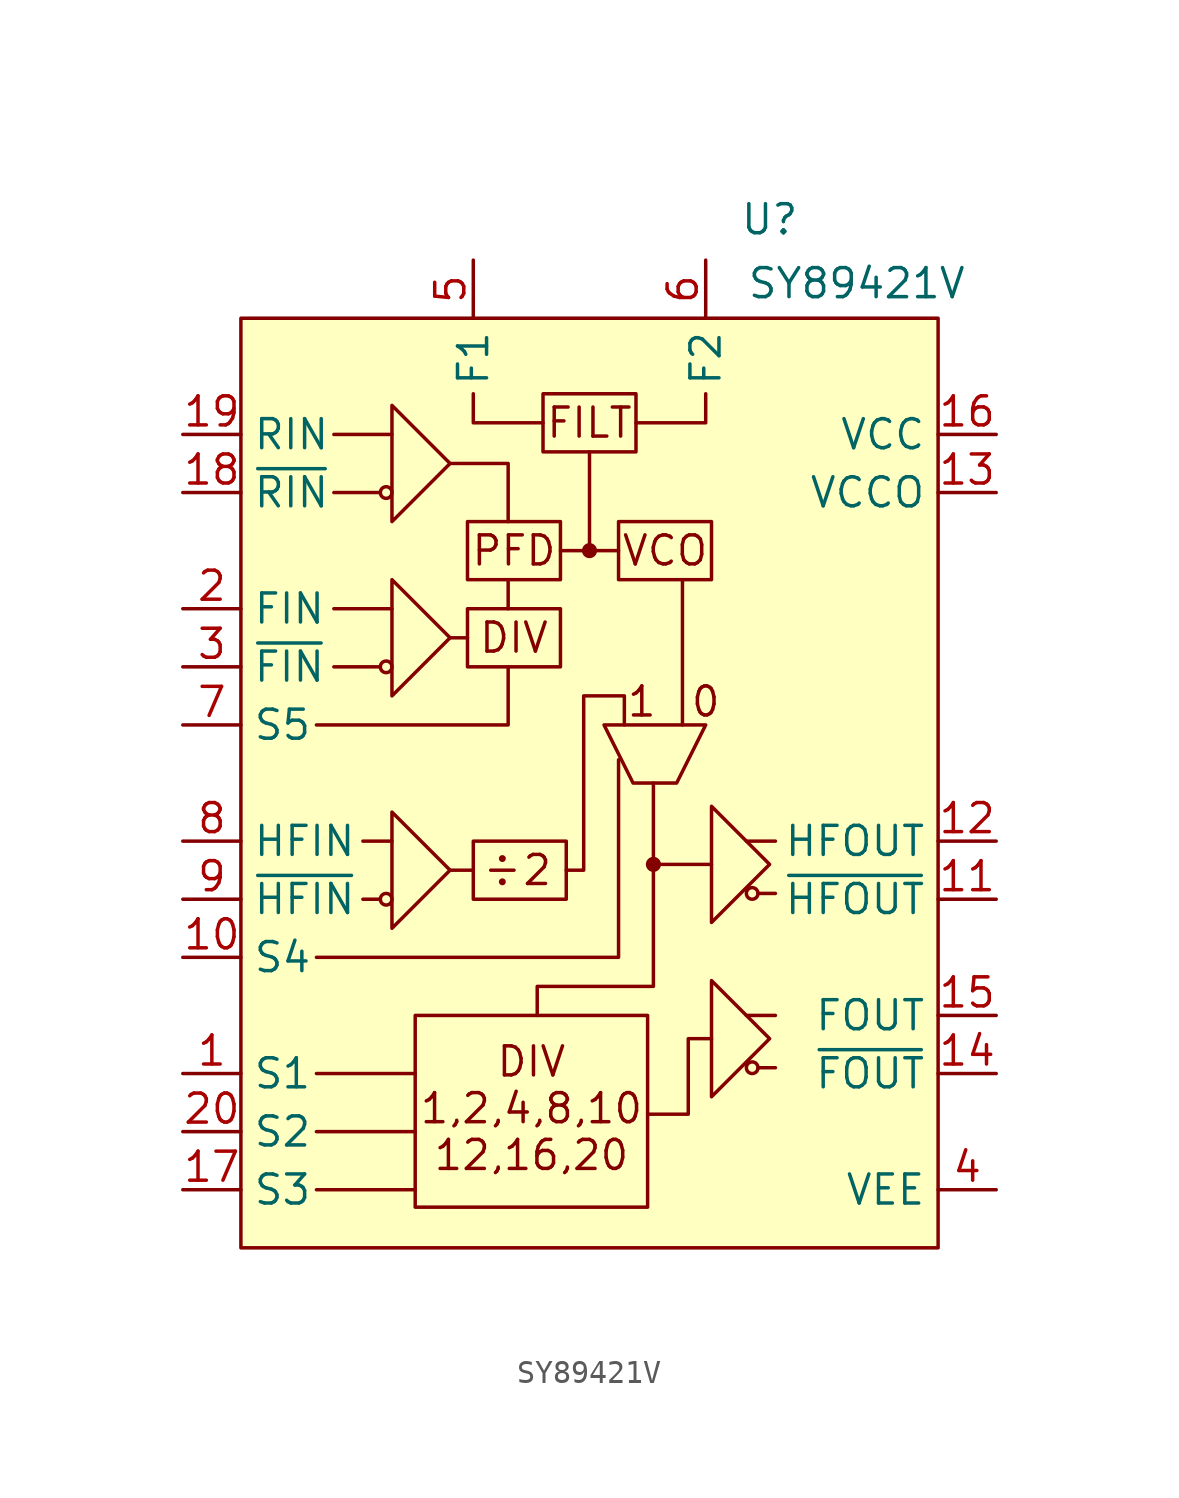
<source format=kicad_sym>
(kicad_symbol_lib
  (version 20241209)
  (generator "kicad_symbol_editor")
  (generator_version "9.0")
  (symbol "SY89421V"
    (property "Reference" "U"
      (at 23.114 4.318 0)
      (effects (font (size 1.27 1.27))))
    (property "Value" "SY89421V"
      (at 26.924 1.524 0)
      (effects (font (size 1.27 1.27))))
    (symbol "SY89421V_0_0"
      (pin input line (at -2.54 -5.08 0) (length 2.54) (name "RIN" (effects (font (size 1.27 1.27)))) (number "19" (effects (font (size 1.27 1.27)))))
      (pin input line (at -2.54 -7.62 0) (length 2.54) (name "~{RIN}" (effects (font (size 1.27 1.27)))) (number "18" (effects (font (size 1.27 1.27)))))
      (pin input line (at -2.54 -12.7 0) (length 2.54) (name "FIN" (effects (font (size 1.27 1.27)))) (number "2" (effects (font (size 1.27 1.27)))))
      (pin input line (at -2.54 -15.24 0) (length 2.54) (name "~{FIN}" (effects (font (size 1.27 1.27)))) (number "3" (effects (font (size 1.27 1.27)))))
      (pin input line (at -2.54 -17.78 0) (length 2.54) (name "S5" (effects (font (size 1.27 1.27)))) (number "7" (effects (font (size 1.27 1.27)))))
      (pin input line (at -2.54 -22.86 0) (length 2.54) (name "HFIN" (effects (font (size 1.27 1.27)))) (number "8" (effects (font (size 1.27 1.27)))))
      (pin input line (at -2.54 -25.4 0) (length 2.54) (name "~{HFIN}" (effects (font (size 1.27 1.27)))) (number "9" (effects (font (size 1.27 1.27)))))
      (pin input line (at -2.54 -27.94 0) (length 2.54) (name "S4" (effects (font (size 1.27 1.27)))) (number "10" (effects (font (size 1.27 1.27)))))
      (pin input line (at -2.54 -33.02 0) (length 2.54) (name "S1" (effects (font (size 1.27 1.27)))) (number "1" (effects (font (size 1.27 1.27)))))
      (pin input line (at -2.54 -35.56 0) (length 2.54) (name "S2" (effects (font (size 1.27 1.27)))) (number "20" (effects (font (size 1.27 1.27)))))
      (pin input line (at -2.54 -38.1 0) (length 2.54) (name "S3" (effects (font (size 1.27 1.27)))) (number "17" (effects (font (size 1.27 1.27)))))
      (pin passive line (at 10.16 2.54 270) (length 2.54) (name "F1" (effects (font (size 1.27 1.27)))) (number "5" (effects (font (size 1.27 1.27)))))
      (pin passive line (at 20.32 2.54 270) (length 2.54) (name "F2" (effects (font (size 1.27 1.27)))) (number "6" (effects (font (size 1.27 1.27)))))
      (pin power_in line (at 33.02 -5.08 180) (length 2.54) (name "VCC" (effects (font (size 1.27 1.27)))) (number "16" (effects (font (size 1.27 1.27)))))
      (pin power_in line (at 33.02 -7.62 180) (length 2.54) (name "VCCO" (effects (font (size 1.27 1.27)))) (number "13" (effects (font (size 1.27 1.27)))))
      (pin output line (at 33.02 -22.86 180) (length 2.54) (name "HFOUT" (effects (font (size 1.27 1.27)))) (number "12" (effects (font (size 1.27 1.27)))))
      (pin output line (at 33.02 -25.4 180) (length 2.54) (name "~{HFOUT}" (effects (font (size 1.27 1.27)))) (number "11" (effects (font (size 1.27 1.27)))))
      (pin output line (at 33.02 -30.48 180) (length 2.54) (name "FOUT" (effects (font (size 1.27 1.27)))) (number "15" (effects (font (size 1.27 1.27)))))
      (pin output line (at 33.02 -33.02 180) (length 2.54) (name "~{FOUT}" (effects (font (size 1.27 1.27)))) (number "14" (effects (font (size 1.27 1.27)))))
      (pin power_in line (at 33.02 -38.1 180) (length 2.54) (name "VEE" (effects (font (size 1.27 1.27)))) (number "4" (effects (font (size 1.27 1.27))))))
    (symbol "SY89421V_0_1"
      (polyline (pts (xy 3.302 -17.78) (xy 11.684 -17.78) (xy 11.684 -15.24)) (stroke (width 0) (type default)) (fill (type none)))
      (polyline (pts (xy 3.302 -27.94) (xy 16.51 -27.94) (xy 16.51 -19.304)) (stroke (width 0) (type default)) (fill (type none)))
      (polyline (pts (xy 3.302 -33.02) (xy 7.62 -33.02)) (stroke (width 0) (type default)) (fill (type none)))
      (polyline (pts (xy 3.302 -35.56) (xy 7.62 -35.56)) (stroke (width 0) (type default)) (fill (type none)))
      (polyline (pts (xy 3.302 -38.1) (xy 7.62 -38.1)) (stroke (width 0) (type default)) (fill (type none)))
      (polyline (pts (xy 6.096 -7.62) (xy 4.064 -7.62)) (stroke (width 0) (type default)) (fill (type none)))
      (polyline (pts (xy 6.096 -15.24) (xy 4.064 -15.24)) (stroke (width 0) (type default)) (fill (type none)))
      (polyline (pts (xy 6.096 -25.4) (xy 5.334 -25.4)) (stroke (width 0) (type default)) (fill (type none)))
      (polyline (pts (xy 6.604 -5.08) (xy 4.064 -5.08)) (stroke (width 0) (type default)) (fill (type none)))
      (polyline (pts (xy 6.604 -12.7) (xy 4.064 -12.7)) (stroke (width 0) (type default)) (fill (type none)))
      (polyline (pts (xy 6.604 -22.86) (xy 5.334 -22.86)) (stroke (width 0) (type default)) (fill (type none)))
      (rectangle (start 7.62 -30.48) (end 17.78 -38.862) (stroke (width 0) (type default)) (fill (type none)))
      (polyline (pts (xy 9.144 -6.35) (xy 11.684 -6.35) (xy 11.684 -8.89)) (stroke (width 0) (type default)) (fill (type none)))
      (polyline (pts (xy 9.144 -13.97) (xy 9.906 -13.97)) (stroke (width 0) (type default)) (fill (type none)))
      (polyline (pts (xy 9.144 -24.13) (xy 9.906 -24.13) (xy 10.16 -24.13)) (stroke (width 0) (type default)) (fill (type none)))
      (rectangle (start 9.906 -8.89) (end 13.97 -11.43) (stroke (width 0) (type default)) (fill (type none)))
      (rectangle (start 9.906 -12.7) (end 13.97 -15.24) (stroke (width 0) (type default)) (fill (type none)))
      (rectangle (start 10.16 -22.86) (end 14.224 -25.4) (stroke (width 0) (type default)) (fill (type none)))
      (polyline (pts (xy 10.922 -24.13) (xy 11.938 -24.13)) (stroke (width 0) (type default)) (fill (type none)))
      (circle (center 11.43 -23.622) (radius 0.0001) (stroke (width 0) (type default)) (fill (type none)))
      (circle (center 11.43 -24.638) (radius 0.0001) (stroke (width 0) (type default)) (fill (type none)))
      (polyline (pts (xy 11.684 -11.43) (xy 11.684 -12.7)) (stroke (width 0) (type default)) (fill (type none)))
      (rectangle (start 13.208 -3.302) (end 17.272 -5.842) (stroke (width 0) (type default)) (fill (type none)))
      (polyline (pts (xy 13.97 -10.16) (xy 16.51 -10.16)) (stroke (width 0) (type default)) (fill (type none)))
      (polyline (pts (xy 14.224 -24.13) (xy 14.986 -24.13) (xy 14.986 -16.51) (xy 16.764 -16.51) (xy 16.764 -17.78)) (stroke (width 0) (type default)) (fill (type none)))
      (polyline (pts (xy 15.24 -10.16) (xy 15.24 -5.842)) (stroke (width 0) (type default)) (fill (type none)))
      (rectangle (start 16.51 -8.89) (end 20.574 -11.43) (stroke (width 0) (type default)) (fill (type none)))
      (polyline (pts (xy 18.034 -20.32) (xy 18.034 -23.876) (xy 20.574 -23.876)) (stroke (width 0) (type default)) (fill (type none)))
      (polyline (pts (xy 18.034 -23.876) (xy 18.034 -29.21) (xy 12.954 -29.21) (xy 12.954 -30.48)) (stroke (width 0) (type default)) (fill (type none)))
      (polyline (pts (xy 19.304 -11.43) (xy 19.304 -17.78)) (stroke (width 0) (type default)) (fill (type none)))
      (polyline (pts (xy 20.32 -17.78) (xy 15.875 -17.78) (xy 17.145 -20.32) (xy 19.05 -20.32) (xy 20.32 -17.78)) (stroke (width 0) (type default)) (fill (type none)))
      (polyline (pts (xy 20.574 -31.496) (xy 19.558 -31.496) (xy 19.558 -34.798) (xy 17.78 -34.798)) (stroke (width 0) (type default)) (fill (type none)))
      (polyline (pts (xy 22.098 -22.86) (xy 23.368 -22.86)) (stroke (width 0) (type default)) (fill (type none)))
      (polyline (pts (xy 22.098 -30.48) (xy 23.368 -30.48)) (stroke (width 0) (type default)) (fill (type none)))
      (polyline (pts (xy 22.606 -25.146) (xy 23.368 -25.146)) (stroke (width 0) (type default)) (fill (type none)))
      (polyline (pts (xy 22.606 -32.766) (xy 23.368 -32.766)) (stroke (width 0) (type default)) (fill (type none))))
    (symbol "SY89421V_1_1"
      (rectangle (start 0 0) (end 30.48 -40.64) (stroke (width 0) (type solid)) (fill (type background)))
      (circle (center 6.35 -7.62) (radius 0.254) (stroke (width 0) (type default)) (fill (type none)))
      (circle (center 6.35 -15.24) (radius 0.254) (stroke (width 0) (type default)) (fill (type none)))
      (circle (center 6.35 -25.4) (radius 0.254) (stroke (width 0) (type default)) (fill (type none)))
      (polyline (pts (xy 6.604 -3.81) (xy 6.604 -8.89) (xy 9.144 -6.35) (xy 6.604 -3.81)) (stroke (width 0) (type default)) (fill (type none)))
      (polyline (pts (xy 6.604 -11.43) (xy 6.604 -16.51) (xy 9.144 -13.97) (xy 6.604 -11.43)) (stroke (width 0) (type default)) (fill (type none)))
      (polyline (pts (xy 6.604 -21.59) (xy 6.604 -26.67) (xy 9.144 -24.13) (xy 6.604 -21.59)) (stroke (width 0) (type default)) (fill (type none)))
      (polyline (pts (xy 13.208 -4.572) (xy 10.16 -4.572) (xy 10.16 -3.302)) (stroke (width 0) (type default)) (fill (type none)))
      (circle (center 15.24 -10.16) (radius 0.254) (stroke (width 0) (type solid)) (fill (type outline)))
      (polyline (pts (xy 17.272 -4.572) (xy 20.32 -4.572) (xy 20.32 -3.302)) (stroke (width 0) (type default)) (fill (type none)))
      (circle (center 18.034 -23.876) (radius 0.254) (stroke (width 0) (type solid)) (fill (type outline)))
      (polyline (pts (xy 20.574 -21.336) (xy 20.574 -26.416) (xy 23.114 -23.876) (xy 20.574 -21.336)) (stroke (width 0) (type default)) (fill (type none)))
      (polyline (pts (xy 20.574 -28.956) (xy 20.574 -34.036) (xy 23.114 -31.496) (xy 20.574 -28.956)) (stroke (width 0) (type default)) (fill (type none)))
      (circle (center 22.352 -25.146) (radius 0.254) (stroke (width 0) (type default)) (fill (type none)))
      (circle (center 22.352 -32.766) (radius 0.254) (stroke (width 0) (type default)) (fill (type none)))
      (text "PFD" (at 11.938 -10.16 0) (effects (font (size 1.27 1.27))))
      (text "DIV" (at 11.938 -13.97 0) (effects (font (size 1.27 1.27))))
      (text "DIV\n1,2,4,8,10\n12,16,20" (at 12.7 -34.544 0) (effects (font (size 1.27 1.27))))
      (text "2" (at 12.954 -24.13 0) (effects (font (size 1.27 1.27))))
      (text "FILT" (at 15.24 -4.572 0) (effects (font (size 1.27 1.27))))
      (text "1" (at 17.526 -16.764 0) (effects (font (size 1.27 1.27))))
      (text "VCO" (at 18.542 -10.16 0) (effects (font (size 1.27 1.27))))
      (text "0" (at 20.32 -16.764 0) (effects (font (size 1.27 1.27)))))))
</source>
